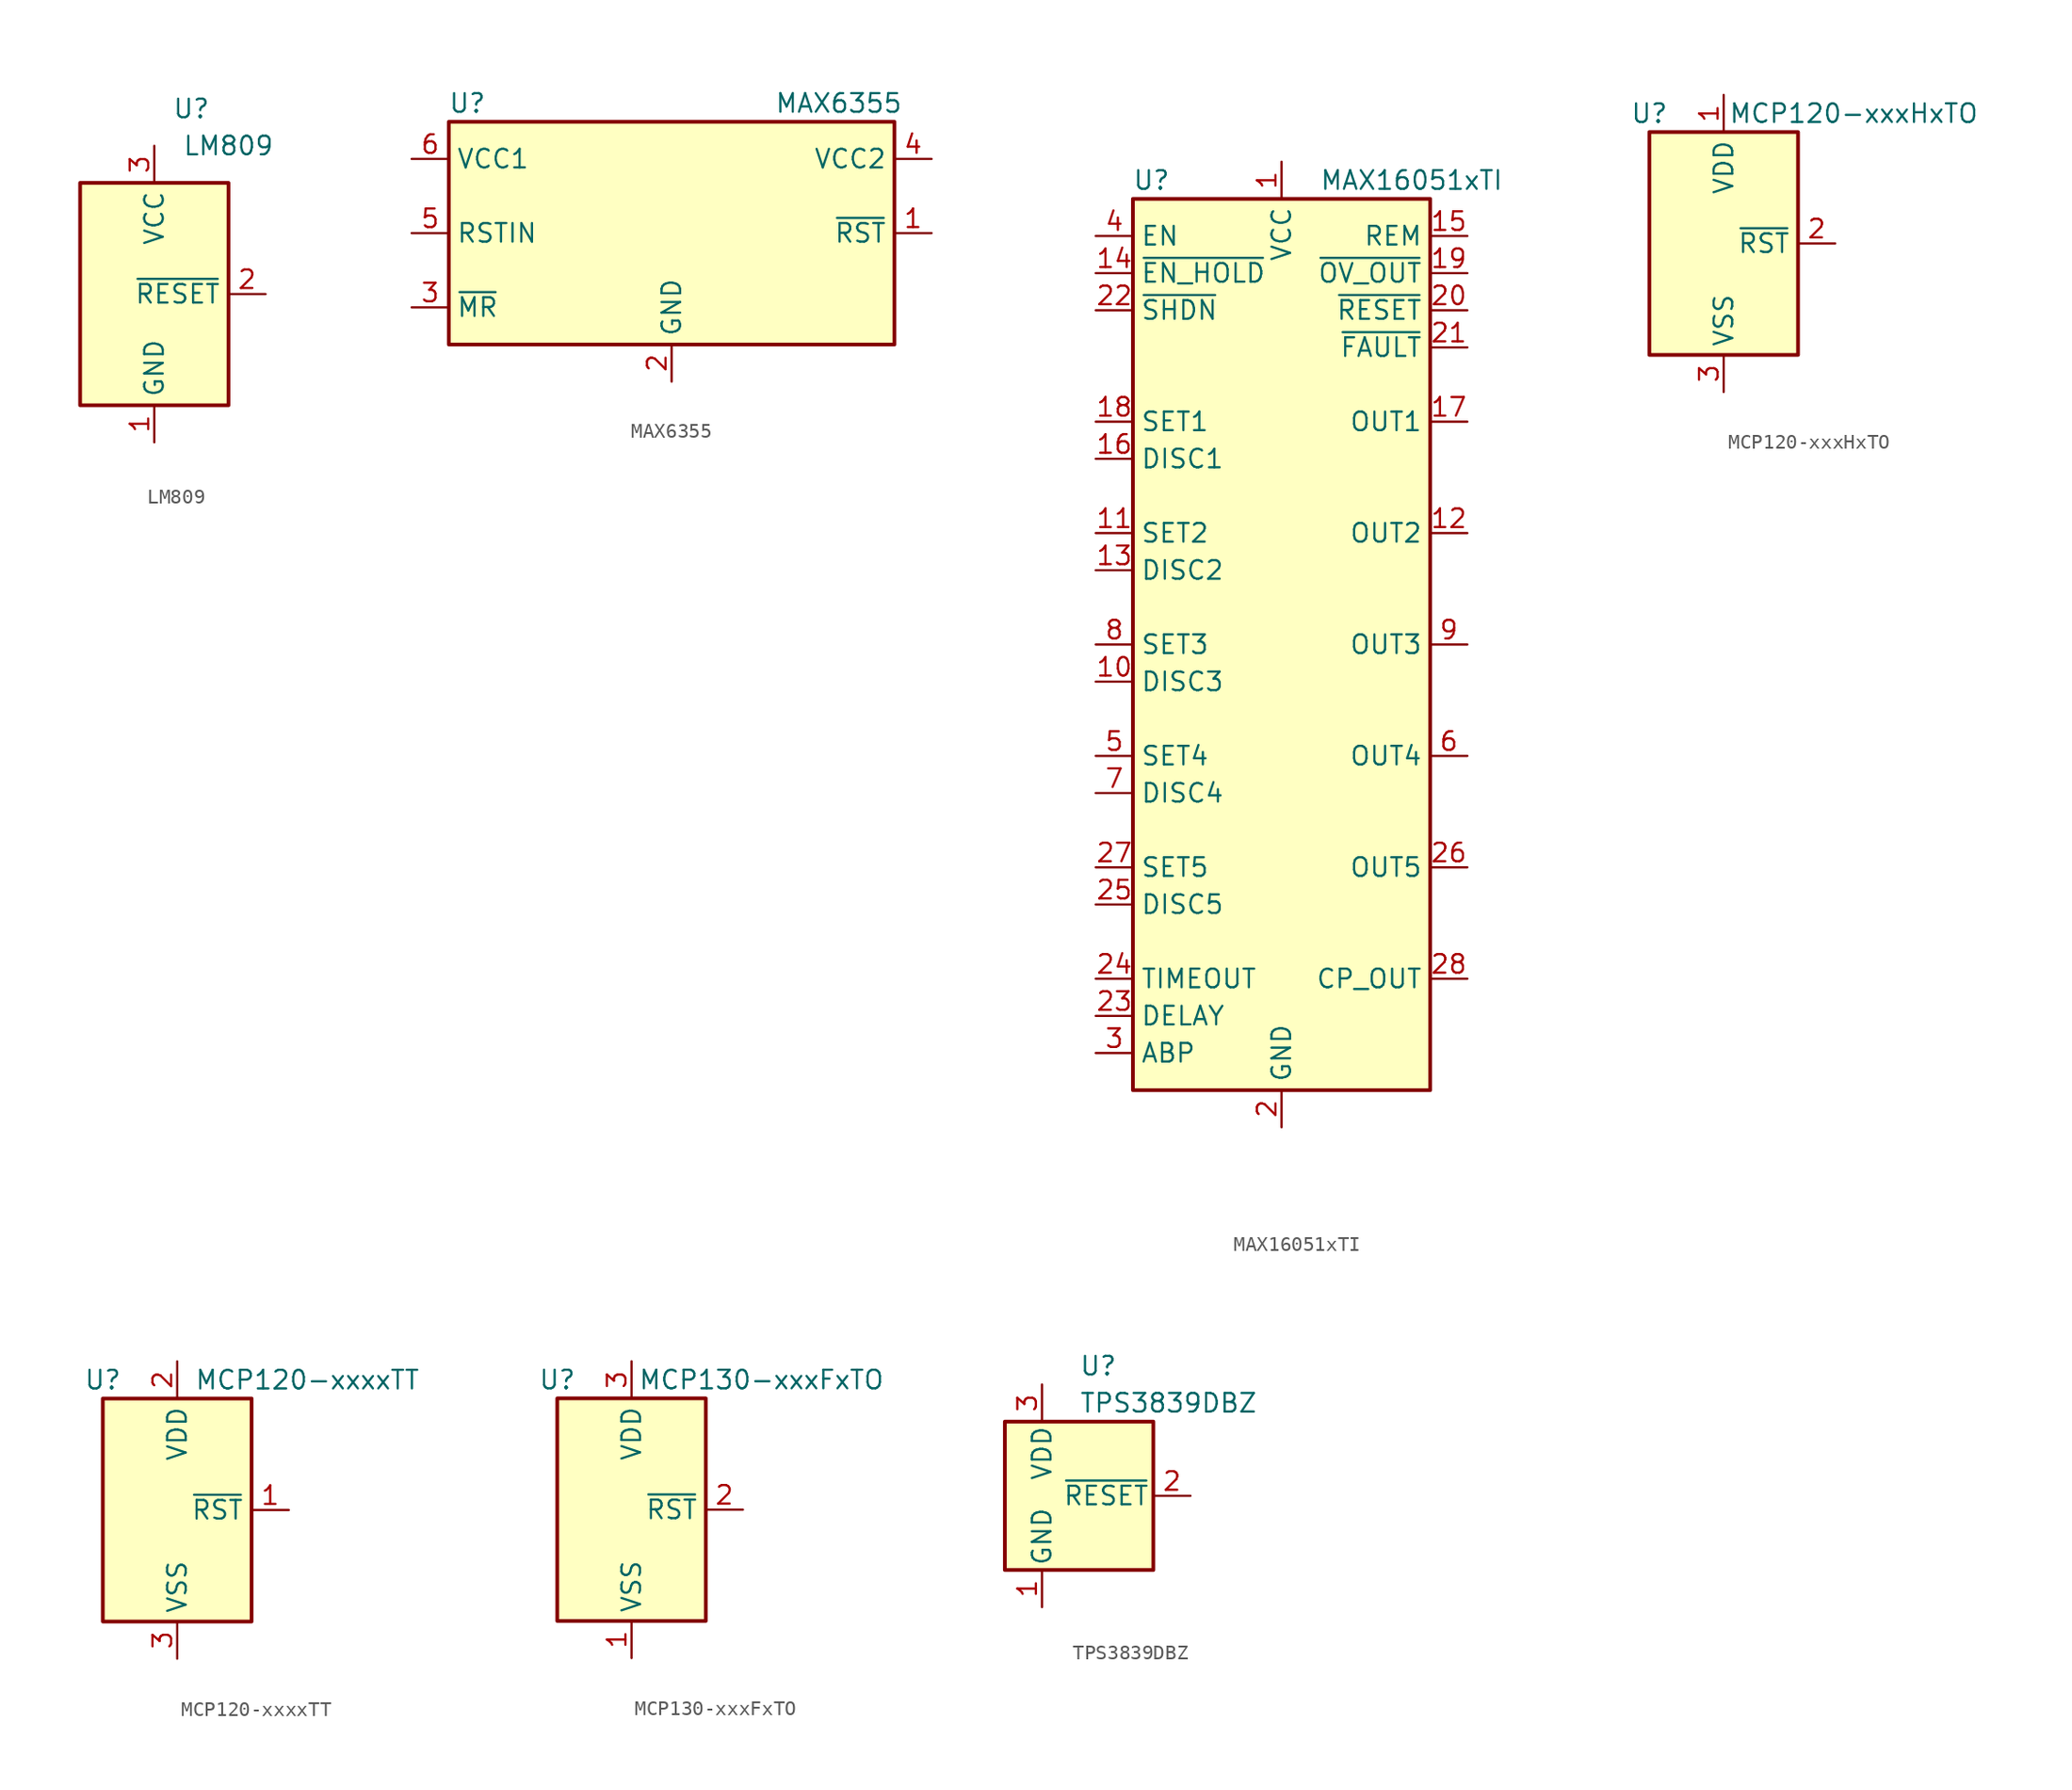
<source format=kicad_sym>
(kicad_symbol_lib
  (version 20201005)
  (generator kicad_symbol_editor)
  (symbol "Power_Supervisor:LM809"
    (property "Reference" "U"
      (at 2.54 12.7 0)
      (effects (font (size 1.27 1.27))))
    (property "Value" "LM809"
      (at 5.08 10.16 0)
      (effects (font (size 1.27 1.27))))
    (symbol "LM809_0_1"
      (rectangle (start 5.08 7.62) (end -5.08 -7.62) (stroke (width 0.254)) (fill (type background))))
    (symbol "LM809_1_1"
      (pin power_in line (at 0 -10.16 90) (length 2.54) (name "GND" (effects (font (size 1.27 1.27)))) (number "1" (effects (font (size 1.27 1.27)))))
      (pin output line (at 7.62 0 180) (length 2.54) (name "~RESET" (effects (font (size 1.27 1.27)))) (number "2" (effects (font (size 1.27 1.27)))))
      (pin power_in line (at 0 10.16 270) (length 2.54) (name "VCC" (effects (font (size 1.27 1.27)))) (number "3" (effects (font (size 1.27 1.27)))))))
  (symbol "Power_Supervisor:MAX6355"
    (property "Reference" "U"
      (at -13.97 8.89 0)
      (effects (font (size 1.27 1.27))))
    (property "Value" "MAX6355"
      (at 11.43 8.89 0)
      (effects (font (size 1.27 1.27))))
    (symbol "MAX6355_0_1"
      (rectangle (start -15.24 7.62) (end 15.24 -7.62) (stroke (width 0.254)) (fill (type background))))
    (symbol "MAX6355_1_1"
      (pin open_collector line (at 17.78 0 180) (length 2.54) (name "~RST" (effects (font (size 1.27 1.27)))) (number "1" (effects (font (size 1.27 1.27)))))
      (pin power_in line (at 0 -10.16 90) (length 2.54) (name "GND" (effects (font (size 1.27 1.27)))) (number "2" (effects (font (size 1.27 1.27)))))
      (pin input line (at -17.78 -5.08 0) (length 2.54) (name "~MR" (effects (font (size 1.27 1.27)))) (number "3" (effects (font (size 1.27 1.27)))))
      (pin power_in line (at 17.78 5.08 180) (length 2.54) (name "VCC2" (effects (font (size 1.27 1.27)))) (number "4" (effects (font (size 1.27 1.27)))))
      (pin input line (at -17.78 0 0) (length 2.54) (name "RSTIN" (effects (font (size 1.27 1.27)))) (number "5" (effects (font (size 1.27 1.27)))))
      (pin power_in line (at -17.78 5.08 0) (length 2.54) (name "VCC1" (effects (font (size 1.27 1.27)))) (number "6" (effects (font (size 1.27 1.27)))))))
  (symbol "Power_Supervisor:MAX16051xTI"
    (property "Reference" "U"
      (at -8.89 31.75 0)
      (effects (font (size 1.27 1.27))))
    (property "Value" "MAX16051xTI"
      (at 8.89 31.75 0)
      (effects (font (size 1.27 1.27))))
    (symbol "MAX16051xTI_0_1"
      (rectangle (start -10.16 30.48) (end 10.16 -30.48) (stroke (width 0.254)) (fill (type background))))
    (symbol "MAX16051xTI_1_1"
      (pin power_in line (at 0 33.02 270) (length 2.54) (name "VCC" (effects (font (size 1.27 1.27)))) (number "1" (effects (font (size 1.27 1.27)))))
      (pin input line (at -12.7 -2.54 0) (length 2.54) (name "DISC3" (effects (font (size 1.27 1.27)))) (number "10" (effects (font (size 1.27 1.27)))))
      (pin input line (at -12.7 7.62 0) (length 2.54) (name "SET2" (effects (font (size 1.27 1.27)))) (number "11" (effects (font (size 1.27 1.27)))))
      (pin open_collector line (at 12.7 7.62 180) (length 2.54) (name "OUT2" (effects (font (size 1.27 1.27)))) (number "12" (effects (font (size 1.27 1.27)))))
      (pin input line (at -12.7 5.08 0) (length 2.54) (name "DISC2" (effects (font (size 1.27 1.27)))) (number "13" (effects (font (size 1.27 1.27)))))
      (pin input line (at -12.7 25.4 0) (length 2.54) (name "~EN_HOLD" (effects (font (size 1.27 1.27)))) (number "14" (effects (font (size 1.27 1.27)))))
      (pin open_collector line (at 12.7 27.94 180) (length 2.54) (name "REM" (effects (font (size 1.27 1.27)))) (number "15" (effects (font (size 1.27 1.27)))))
      (pin input line (at -12.7 12.7 0) (length 2.54) (name "DISC1" (effects (font (size 1.27 1.27)))) (number "16" (effects (font (size 1.27 1.27)))))
      (pin open_collector line (at 12.7 15.24 180) (length 2.54) (name "OUT1" (effects (font (size 1.27 1.27)))) (number "17" (effects (font (size 1.27 1.27)))))
      (pin input line (at -12.7 15.24 0) (length 2.54) (name "SET1" (effects (font (size 1.27 1.27)))) (number "18" (effects (font (size 1.27 1.27)))))
      (pin open_collector line (at 12.7 25.4 180) (length 2.54) (name "~OV_OUT" (effects (font (size 1.27 1.27)))) (number "19" (effects (font (size 1.27 1.27)))))
      (pin power_in line (at 0 -33.02 90) (length 2.54) (name "GND" (effects (font (size 1.27 1.27)))) (number "2" (effects (font (size 1.27 1.27)))))
      (pin open_collector line (at 12.7 22.86 180) (length 2.54) (name "~RESET" (effects (font (size 1.27 1.27)))) (number "20" (effects (font (size 1.27 1.27)))))
      (pin bidirectional line (at 12.7 20.32 180) (length 2.54) (name "~FAULT" (effects (font (size 1.27 1.27)))) (number "21" (effects (font (size 1.27 1.27)))))
      (pin input line (at -12.7 22.86 0) (length 2.54) (name "~SHDN" (effects (font (size 1.27 1.27)))) (number "22" (effects (font (size 1.27 1.27)))))
      (pin passive line (at -12.7 -25.4 0) (length 2.54) (name "DELAY" (effects (font (size 1.27 1.27)))) (number "23" (effects (font (size 1.27 1.27)))))
      (pin passive line (at -12.7 -22.86 0) (length 2.54) (name "TIMEOUT" (effects (font (size 1.27 1.27)))) (number "24" (effects (font (size 1.27 1.27)))))
      (pin input line (at -12.7 -17.78 0) (length 2.54) (name "DISC5" (effects (font (size 1.27 1.27)))) (number "25" (effects (font (size 1.27 1.27)))))
      (pin open_collector line (at 12.7 -15.24 180) (length 2.54) (name "OUT5" (effects (font (size 1.27 1.27)))) (number "26" (effects (font (size 1.27 1.27)))))
      (pin input line (at -12.7 -15.24 0) (length 2.54) (name "SET5" (effects (font (size 1.27 1.27)))) (number "27" (effects (font (size 1.27 1.27)))))
      (pin power_out line (at 12.7 -22.86 180) (length 2.54) (name "CP_OUT" (effects (font (size 1.27 1.27)))) (number "28" (effects (font (size 1.27 1.27)))))
      (pin passive line (at 0 -33.02 90) (length 2.54) hide (name "GND" (effects (font (size 1.27 1.27)))) (number "29" (effects (font (size 1.27 1.27)))))
      (pin passive line (at -12.7 -27.94 0) (length 2.54) (name "ABP" (effects (font (size 1.27 1.27)))) (number "3" (effects (font (size 1.27 1.27)))))
      (pin input line (at -12.7 27.94 0) (length 2.54) (name "EN" (effects (font (size 1.27 1.27)))) (number "4" (effects (font (size 1.27 1.27)))))
      (pin input line (at -12.7 -7.62 0) (length 2.54) (name "SET4" (effects (font (size 1.27 1.27)))) (number "5" (effects (font (size 1.27 1.27)))))
      (pin open_collector line (at 12.7 -7.62 180) (length 2.54) (name "OUT4" (effects (font (size 1.27 1.27)))) (number "6" (effects (font (size 1.27 1.27)))))
      (pin input line (at -12.7 -10.16 0) (length 2.54) (name "DISC4" (effects (font (size 1.27 1.27)))) (number "7" (effects (font (size 1.27 1.27)))))
      (pin input line (at -12.7 0 0) (length 2.54) (name "SET3" (effects (font (size 1.27 1.27)))) (number "8" (effects (font (size 1.27 1.27)))))
      (pin open_collector line (at 12.7 0 180) (length 2.54) (name "OUT3" (effects (font (size 1.27 1.27)))) (number "9" (effects (font (size 1.27 1.27)))))))
  (symbol "Power_Supervisor:MCP120-xxxHxTO"
    (property "Reference" "U"
      (at -5.08 8.89 0)
      (effects (font (size 1.27 1.27))))
    (property "Value" "MCP120-xxxHxTO"
      (at 8.89 8.89 0)
      (effects (font (size 1.27 1.27))))
    (symbol "MCP120-xxxHxTO_0_1"
      (rectangle (start 5.08 7.62) (end -5.08 -7.62) (stroke (width 0.254)) (fill (type background))))
    (symbol "MCP120-xxxHxTO_1_1"
      (pin power_in line (at 0 10.16 270) (length 2.54) (name "VDD" (effects (font (size 1.27 1.27)))) (number "1" (effects (font (size 1.27 1.27)))))
      (pin open_collector line (at 7.62 0 180) (length 2.54) (name "~RST" (effects (font (size 1.27 1.27)))) (number "2" (effects (font (size 1.27 1.27)))))
      (pin power_in line (at 0 -10.16 90) (length 2.54) (name "VSS" (effects (font (size 1.27 1.27)))) (number "3" (effects (font (size 1.27 1.27)))))))
  (symbol "Power_Supervisor:MCP120-xxxxTT"
    (property "Reference" "U"
      (at -5.08 8.89 0)
      (effects (font (size 1.27 1.27))))
    (property "Value" "MCP120-xxxxTT"
      (at 8.89 8.89 0)
      (effects (font (size 1.27 1.27))))
    (symbol "MCP120-xxxxTT_0_1"
      (rectangle (start 5.08 7.62) (end -5.08 -7.62) (stroke (width 0.254)) (fill (type background))))
    (symbol "MCP120-xxxxTT_1_1"
      (pin open_collector line (at 7.62 0 180) (length 2.54) (name "~RST" (effects (font (size 1.27 1.27)))) (number "1" (effects (font (size 1.27 1.27)))))
      (pin power_in line (at 0 10.16 270) (length 2.54) (name "VDD" (effects (font (size 1.27 1.27)))) (number "2" (effects (font (size 1.27 1.27)))))
      (pin power_in line (at 0 -10.16 90) (length 2.54) (name "VSS" (effects (font (size 1.27 1.27)))) (number "3" (effects (font (size 1.27 1.27)))))))
  (symbol "Power_Supervisor:MCP130-xxxFxTO"
    (property "Reference" "U"
      (at -5.08 8.89 0)
      (effects (font (size 1.27 1.27))))
    (property "Value" "MCP130-xxxFxTO"
      (at 8.89 8.89 0)
      (effects (font (size 1.27 1.27))))
    (symbol "MCP130-xxxFxTO_0_1"
      (rectangle (start 5.08 7.62) (end -5.08 -7.62) (stroke (width 0.254)) (fill (type background)))
      (pin power_in line (at 0 10.16 270) (length 2.54) (name "VDD" (effects (font (size 1.27 1.27)))) (number "3" (effects (font (size 1.27 1.27))))))
    (symbol "MCP130-xxxFxTO_1_1"
      (pin power_in line (at 0 -10.16 90) (length 2.54) (name "VSS" (effects (font (size 1.27 1.27)))) (number "1" (effects (font (size 1.27 1.27)))))
      (pin open_collector line (at 7.62 0 180) (length 2.54) (name "~RST" (effects (font (size 1.27 1.27)))) (number "2" (effects (font (size 1.27 1.27)))))))
  (symbol "Power_Supervisor:TPS3839DBZ"
    (pin_names
      (offset 0.254))
    (property "Reference" "U"
      (at 2.54 8.89 0)
      (effects (font (size 1.27 1.27)) (justify left)))
    (property "Value" "TPS3839DBZ"
      (at 2.54 6.35 0)
      (effects (font (size 1.27 1.27)) (justify left)))
    (symbol "TPS3839DBZ_0_1"
      (rectangle (start -2.54 5.08) (end 7.62 -5.08) (stroke (width 0.254)) (fill (type background))))
    (symbol "TPS3839DBZ_1_1"
      (pin power_in line (at 0 -7.62 90) (length 2.54) (name "GND" (effects (font (size 1.27 1.27)))) (number "1" (effects (font (size 1.27 1.27)))))
      (pin output line (at 10.16 0 180) (length 2.54) (name "~RESET" (effects (font (size 1.27 1.27)))) (number "2" (effects (font (size 1.27 1.27)))))
      (pin power_in line (at 0 7.62 270) (length 2.54) (name "VDD" (effects (font (size 1.27 1.27)))) (number "3" (effects (font (size 1.27 1.27))))))))
</source>
